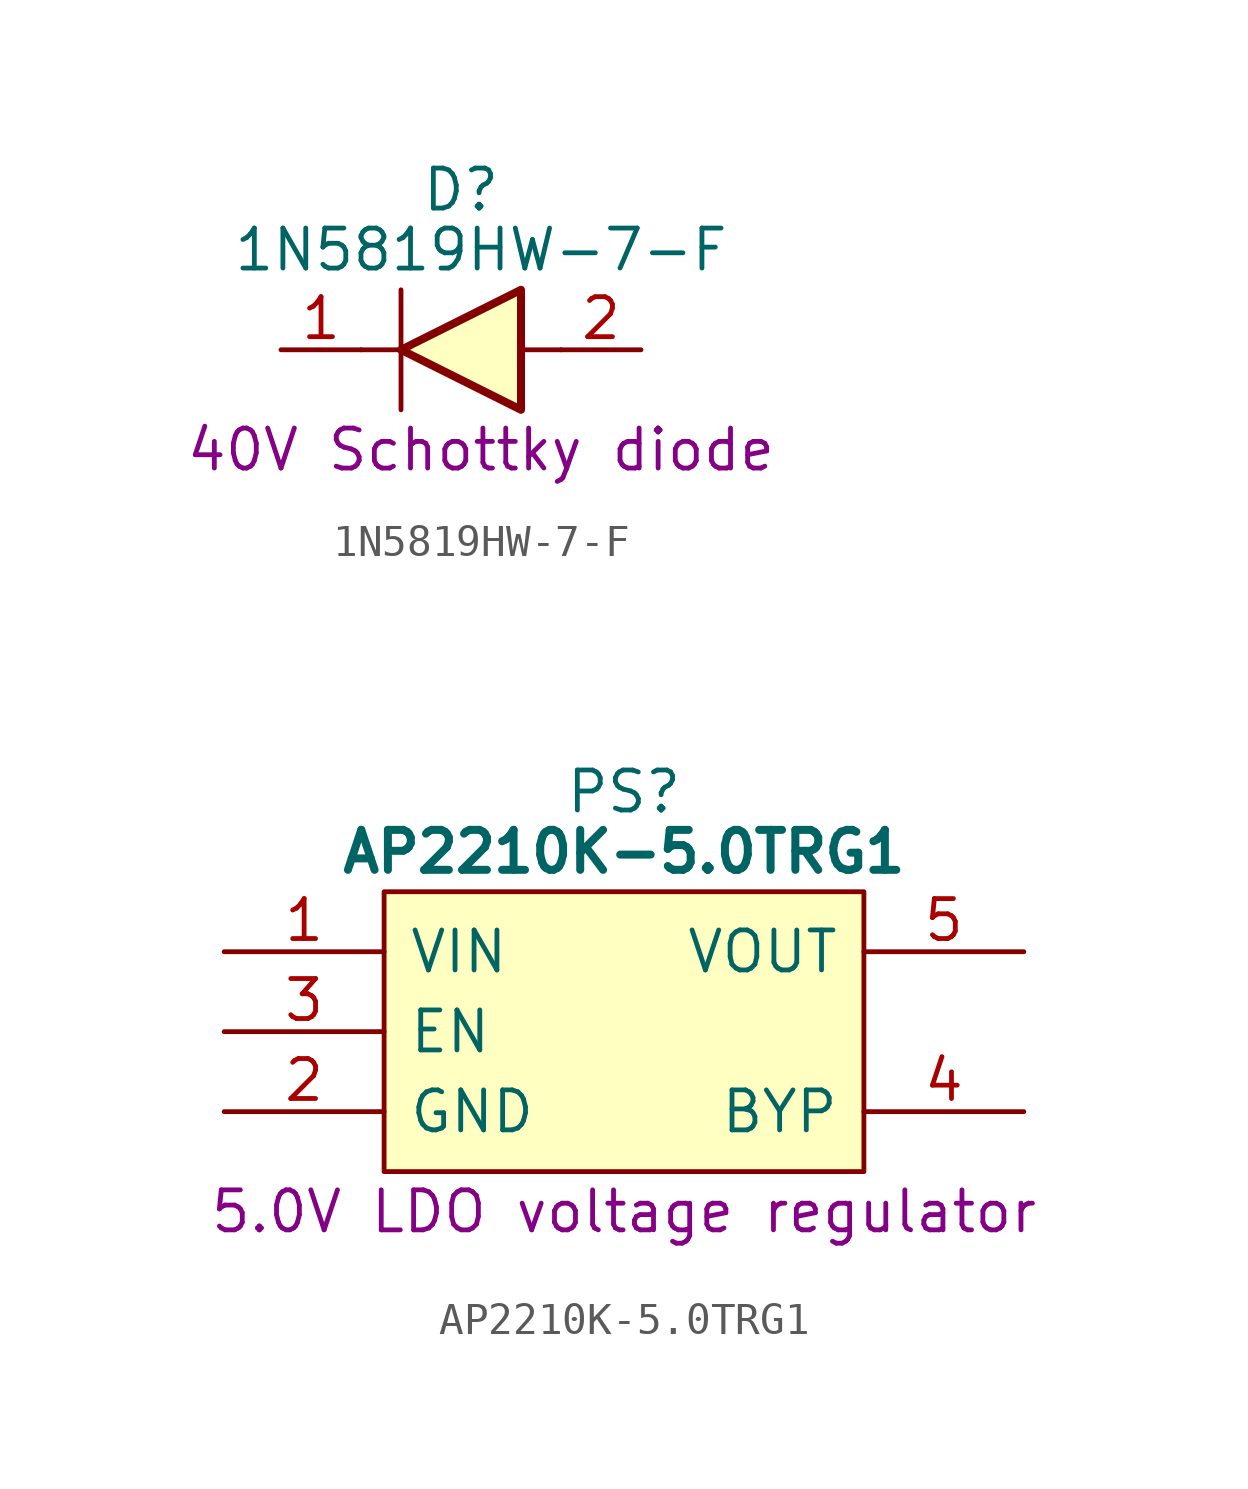
<source format=kicad_sym>
(kicad_symbol_lib
  (version 20231120)
  (generator "kicad_symbol_editor")
  (generator_version "8.0")
  (symbol "1N5819HW-7-F"
    (pin_names
      (offset 0.762))
    (property "Reference" "D"
      (at 5.715 5.08 0)
      (effects (font (size 1.27 1.27))))
    (property "Value" "1N5819HW-7-F"
      (at 6.35 3.175 0)
      (effects (font (size 1.27 1.27))))
    (property "Description" "40V Schottky diode"
      (at 6.35 -3.175 0)
      (effects (font (size 1.27 1.27))))
    (symbol "1N5819HW-7-F_0_0"
      (pin passive line (at 0 0 0) (length 2.54) (name "~" (effects (font (size 1.27 1.27)))) (number "1" (effects (font (size 1.27 1.27)))))
      (pin passive line (at 11.43 0 180) (length 2.54) (name "~" (effects (font (size 1.27 1.27)))) (number "2" (effects (font (size 1.27 1.27))))))
    (symbol "1N5819HW-7-F_0_1"
      (polyline (pts (xy 2.54 0) (xy 3.81 0)) (stroke (width 0.152) (type default)) (fill (type none)))
      (polyline (pts (xy 3.81 1.905) (xy 3.81 -1.905)) (stroke (width 0.152) (type default)) (fill (type none)))
      (polyline (pts (xy 7.62 0) (xy 8.89 0)) (stroke (width 0.152) (type default)) (fill (type none)))
      (polyline (pts (xy 3.81 0) (xy 7.62 1.905) (xy 7.62 -1.905) (xy 3.81 0)) (stroke (width 0.254) (type default)) (fill (type background)))))
  (symbol "AP2210K-5.0TRG1"
    (pin_names
      (offset 0.762))
    (property "Reference" "PS"
      (at 12.7 5.08 0)
      (effects (font (size 1.27 1.27))))
    (property "Value" "AP2210K-5.0TRG1"
      (at 12.7 3.175 0)
      (effects (font (size 1.27 1.27) (bold yes))))
    (property "Description" "5.0V LDO voltage regulator"
      (at 12.7 -8.255 0)
      (effects (font (size 1.27 1.27))))
    (symbol "AP2210K-5.0TRG1_0_0"
      (pin passive line (at 0 0 0) (length 5.08) (name "VIN" (effects (font (size 1.27 1.27)))) (number "1" (effects (font (size 1.27 1.27)))))
      (pin passive line (at 0 -5.08 0) (length 5.08) (name "GND" (effects (font (size 1.27 1.27)))) (number "2" (effects (font (size 1.27 1.27)))))
      (pin input line (at 0 -2.54 0) (length 5.08) (name "EN" (effects (font (size 1.27 1.27)))) (number "3" (effects (font (size 1.27 1.27)))))
      (pin passive line (at 25.4 -5.08 180) (length 5.08) (name "BYP" (effects (font (size 1.27 1.27)))) (number "4" (effects (font (size 1.27 1.27)))))
      (pin passive line (at 25.4 0 180) (length 5.08) (name "VOUT" (effects (font (size 1.27 1.27)))) (number "5" (effects (font (size 1.27 1.27))))))
    (symbol "AP2210K-5.0TRG1_0_1"
      (polyline (pts (xy 5.08 1.905) (xy 20.32 1.905) (xy 20.32 -6.985) (xy 5.08 -6.985) (xy 5.08 1.905)) (stroke (width 0) (type default)) (fill (type background))))))
</source>
